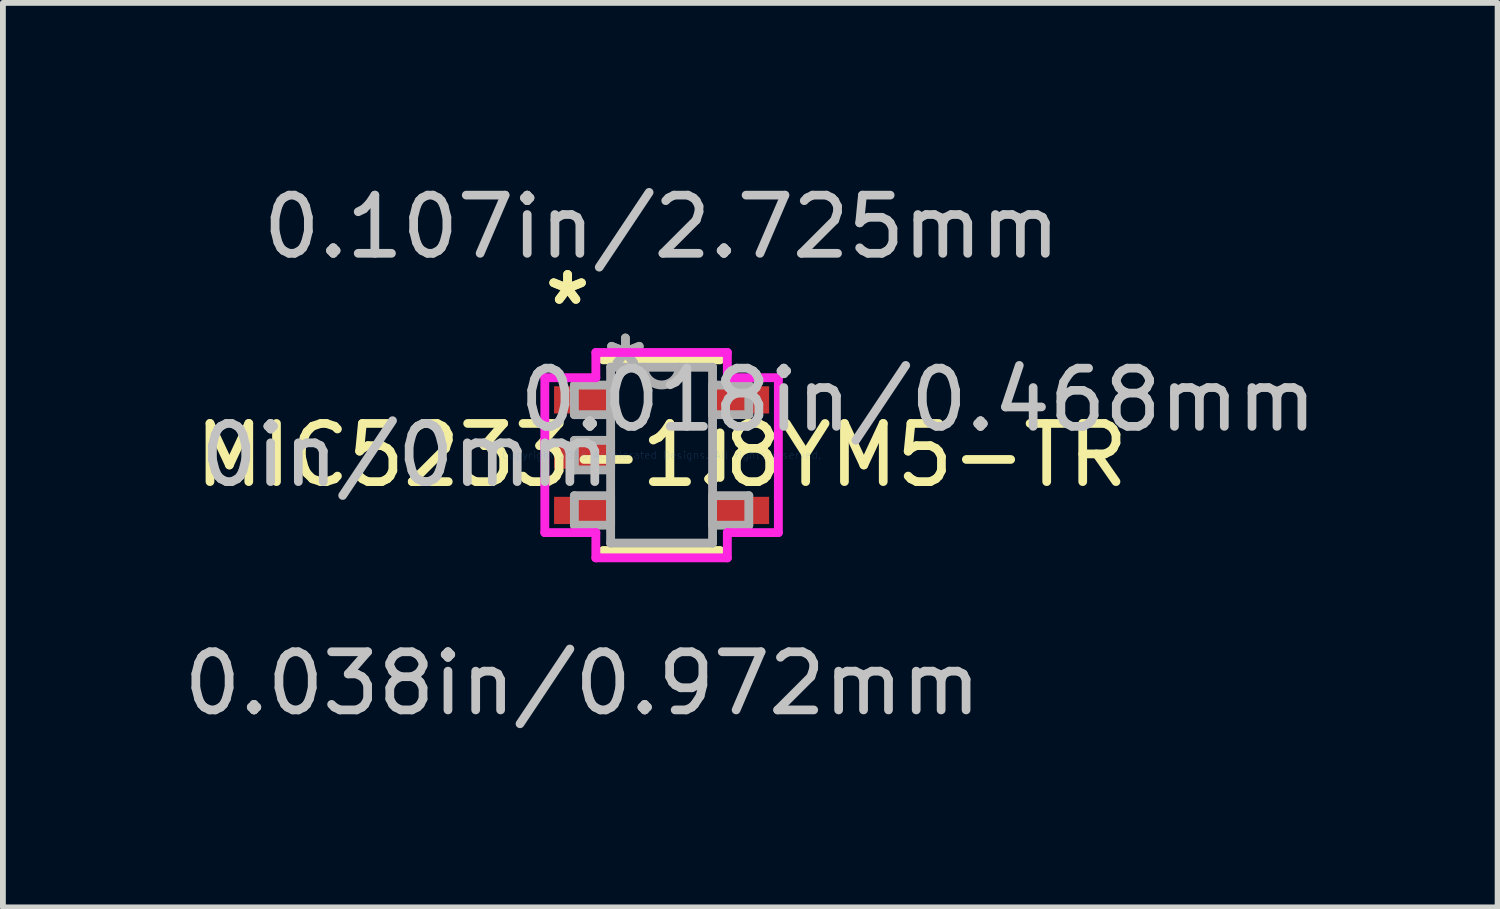
<source format=kicad_pcb>
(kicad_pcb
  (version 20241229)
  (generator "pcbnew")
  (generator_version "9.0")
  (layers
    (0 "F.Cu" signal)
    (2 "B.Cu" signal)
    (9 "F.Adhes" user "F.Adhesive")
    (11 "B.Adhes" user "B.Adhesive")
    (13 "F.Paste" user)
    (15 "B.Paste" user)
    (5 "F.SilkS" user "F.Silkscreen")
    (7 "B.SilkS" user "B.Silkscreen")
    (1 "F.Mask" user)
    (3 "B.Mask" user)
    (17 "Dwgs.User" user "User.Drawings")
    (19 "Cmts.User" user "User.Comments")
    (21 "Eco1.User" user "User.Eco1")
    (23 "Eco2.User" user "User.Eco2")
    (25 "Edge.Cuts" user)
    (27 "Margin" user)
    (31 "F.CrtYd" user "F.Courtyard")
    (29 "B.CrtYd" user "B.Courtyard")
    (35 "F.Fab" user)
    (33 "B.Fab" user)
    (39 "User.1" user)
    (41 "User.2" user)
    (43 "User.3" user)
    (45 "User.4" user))
  (footprint "MIC5233-1.8YM5-TR"
    (layer "F.Cu")
    (at 8.321 4.773)
    (property "Reference" "MIC5233-1.8YM5-TR" (at 0 0 0) (layer "F.SilkS") (effects (font (size 1 1) (thickness 0.15))))
    (attr through_hole)
    (fp_line (start -1.003 1.638) (end 1.003 1.638) (stroke (width 0.152) (type solid)) (layer "F.SilkS"))
    (fp_line (start 1.003 -1.638) (end -1.003 -1.638) (stroke (width 0.152) (type solid)) (layer "F.SilkS"))
    (fp_line (start 1.003 0.383) (end 1.003 -0.383) (stroke (width 0.152) (type solid)) (layer "F.SilkS"))
    (fp_line (start -2.007 -1.331) (end -1.13 -1.331) (stroke (width 0.152) (type solid)) (layer "F.CrtYd"))
    (fp_line (start -2.007 1.331) (end -2.007 -1.331) (stroke (width 0.152) (type solid)) (layer "F.CrtYd"))
    (fp_line (start -1.13 -1.765) (end 1.13 -1.765) (stroke (width 0.152) (type solid)) (layer "F.CrtYd"))
    (fp_line (start -1.13 -1.331) (end -1.13 -1.765) (stroke (width 0.152) (type solid)) (layer "F.CrtYd"))
    (fp_line (start -1.13 1.331) (end -2.007 1.331) (stroke (width 0.152) (type solid)) (layer "F.CrtYd"))
    (fp_line (start -1.13 1.765) (end -1.13 1.331) (stroke (width 0.152) (type solid)) (layer "F.CrtYd"))
    (fp_line (start 1.13 -1.765) (end 1.13 -1.331) (stroke (width 0.152) (type solid)) (layer "F.CrtYd"))
    (fp_line (start 1.13 -1.331) (end 2.007 -1.331) (stroke (width 0.152) (type solid)) (layer "F.CrtYd"))
    (fp_line (start 1.13 1.331) (end 1.13 1.765) (stroke (width 0.152) (type solid)) (layer "F.CrtYd"))
    (fp_line (start 1.13 1.765) (end -1.13 1.765) (stroke (width 0.152) (type solid)) (layer "F.CrtYd"))
    (fp_line (start 2.007 -1.331) (end 2.007 1.331) (stroke (width 0.152) (type solid)) (layer "F.CrtYd"))
    (fp_line (start 2.007 1.331) (end 1.13 1.331) (stroke (width 0.152) (type solid)) (layer "F.CrtYd"))
    (fp_line (start -1.499 -1.204) (end -1.499 -0.696) (stroke (width 0.152) (type solid)) (layer "F.Fab"))
    (fp_line (start -1.499 -0.696) (end -0.876 -0.696) (stroke (width 0.152) (type solid)) (layer "F.Fab"))
    (fp_line (start -1.499 -0.254) (end -1.499 0.254) (stroke (width 0.152) (type solid)) (layer "F.Fab"))
    (fp_line (start -1.499 0.254) (end -0.876 0.254) (stroke (width 0.152) (type solid)) (layer "F.Fab"))
    (fp_line (start -1.499 0.696) (end -1.499 1.204) (stroke (width 0.152) (type solid)) (layer "F.Fab"))
    (fp_line (start -1.499 1.204) (end -0.876 1.204) (stroke (width 0.152) (type solid)) (layer "F.Fab"))
    (fp_line (start -0.876 -1.511) (end -0.876 1.511) (stroke (width 0.152) (type solid)) (layer "F.Fab"))
    (fp_line (start -0.876 -1.204) (end -1.499 -1.204) (stroke (width 0.152) (type solid)) (layer "F.Fab"))
    (fp_line (start -0.876 -0.696) (end -0.876 -1.204) (stroke (width 0.152) (type solid)) (layer "F.Fab"))
    (fp_line (start -0.876 -0.254) (end -1.499 -0.254) (stroke (width 0.152) (type solid)) (layer "F.Fab"))
    (fp_line (start -0.876 0.254) (end -0.876 -0.254) (stroke (width 0.152) (type solid)) (layer "F.Fab"))
    (fp_line (start -0.876 0.696) (end -1.499 0.696) (stroke (width 0.152) (type solid)) (layer "F.Fab"))
    (fp_line (start -0.876 1.204) (end -0.876 0.696) (stroke (width 0.152) (type solid)) (layer "F.Fab"))
    (fp_line (start -0.876 1.511) (end 0.876 1.511) (stroke (width 0.152) (type solid)) (layer "F.Fab"))
    (fp_line (start 0.876 -1.511) (end -0.876 -1.511) (stroke (width 0.152) (type solid)) (layer "F.Fab"))
    (fp_line (start 0.876 -1.204) (end 0.876 -0.696) (stroke (width 0.152) (type solid)) (layer "F.Fab"))
    (fp_line (start 0.876 -0.696) (end 1.499 -0.696) (stroke (width 0.152) (type solid)) (layer "F.Fab"))
    (fp_line (start 0.876 0.696) (end 0.876 1.204) (stroke (width 0.152) (type solid)) (layer "F.Fab"))
    (fp_line (start 0.876 1.204) (end 1.499 1.204) (stroke (width 0.152) (type solid)) (layer "F.Fab"))
    (fp_line (start 0.876 1.511) (end 0.876 -1.511) (stroke (width 0.152) (type solid)) (layer "F.Fab"))
    (fp_line (start 1.499 -1.204) (end 0.876 -1.204) (stroke (width 0.152) (type solid)) (layer "F.Fab"))
    (fp_line (start 1.499 -0.696) (end 1.499 -1.204) (stroke (width 0.152) (type solid)) (layer "F.Fab"))
    (fp_line (start 1.499 0.696) (end 0.876 0.696) (stroke (width 0.152) (type solid)) (layer "F.Fab"))
    (fp_line (start 1.499 1.204) (end 1.499 0.696) (stroke (width 0.152) (type solid)) (layer "F.Fab"))
    (fp_arc (start 0.3048 -1.5113) (mid 0 -1.2065) (end -0.3048 -1.5113) (stroke (width 0.1524) (type solid)) (layer "F.Fab"))
    (fp_text user "*" (at -1.616 -2.561 0) (layer "F.SilkS") (effects (font (size 1 1) (thickness 0.15))))
    (fp_text user "*" (at -1.616 -2.561 0) (layer "F.SilkS") (effects (font (size 1 1) (thickness 0.15))))
    (fp_text user "0.018in/0.468mm" (at 4.41 -0.95 0) (layer "Dwgs.User") (effects (font (size 1 1) (thickness 0.15))))
    (fp_text user "0.107in/2.725mm" (at 0 -3.924 0) (layer "Dwgs.User") (effects (font (size 1 1) (thickness 0.15))))
    (fp_text user "0.038in/0.972mm" (at -1.362 3.924 0) (layer "Dwgs.User") (effects (font (size 1 1) (thickness 0.15))))
    (fp_text user "0in/0mm" (at -4.41 0 0) (layer "Dwgs.User") (effects (font (size 1 1) (thickness 0.15))))
    (fp_text user "Copyright 2016 Accelerated Designs. All rights reserved." (at 0 0 0) (layer "Cmts.User") (effects (font (size 0.127 0.127) (thickness 0.002))))
    (fp_text user "*" (at -0.622 -1.469 0) (layer "F.Fab") (effects (font (size 1 1) (thickness 0.15))))
    (fp_text user "*" (at -0.622 -1.469 0) (layer "F.Fab") (effects (font (size 1 1) (thickness 0.15))))
    (pad "1" smd rect (at -1.362 -0.95) (size 0.972 0.468) (layers "F.Cu" "F.Mask" "F.Paste"))
    (pad "2" smd rect (at -1.362 0) (size 0.972 0.468) (layers "F.Cu" "F.Mask" "F.Paste"))
    (pad "3" smd rect (at -1.362 0.95) (size 0.972 0.468) (layers "F.Cu" "F.Mask" "F.Paste"))
    (pad "4" smd rect (at 1.362 0.95) (size 0.972 0.468) (layers "F.Cu" "F.Mask" "F.Paste"))
    (pad "5" smd rect (at 1.362 -0.95) (size 0.972 0.468) (layers "F.Cu" "F.Mask" "F.Paste")))
  (gr_rect
    (start -3 -3)
    (end 22.69 12.545)
    (stroke (width 0.1) (type default))
    (fill no)
    (layer "Edge.Cuts")))
</source>
